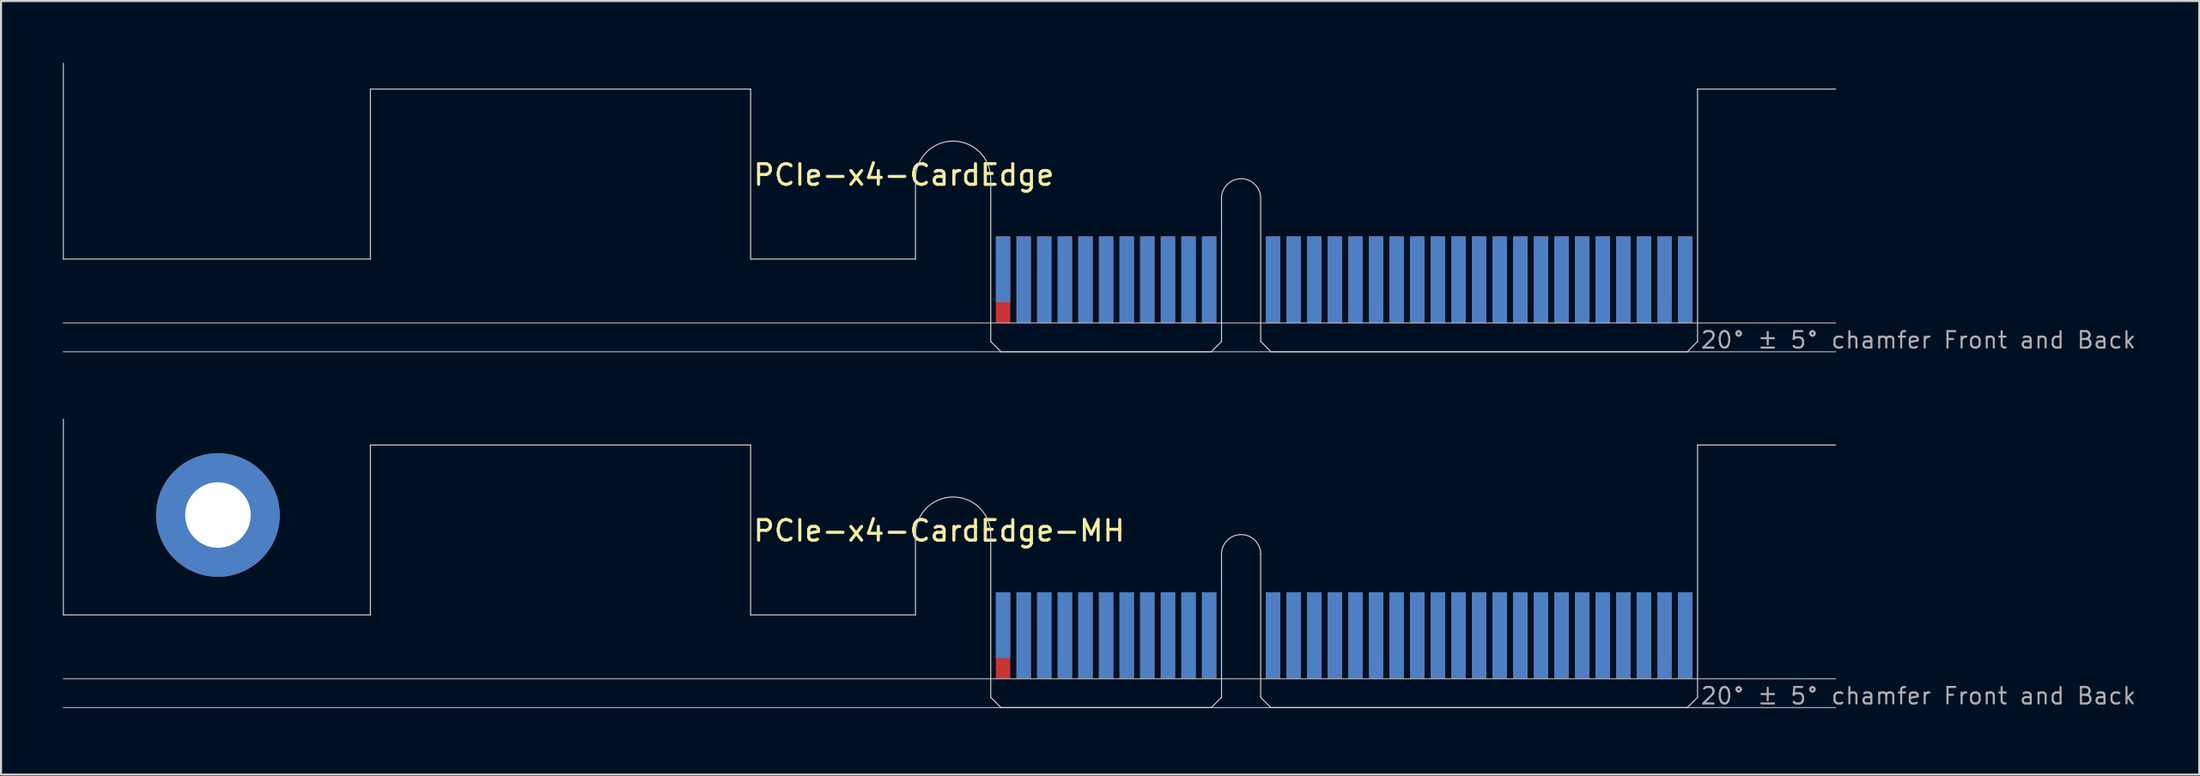
<source format=kicad_pcb>
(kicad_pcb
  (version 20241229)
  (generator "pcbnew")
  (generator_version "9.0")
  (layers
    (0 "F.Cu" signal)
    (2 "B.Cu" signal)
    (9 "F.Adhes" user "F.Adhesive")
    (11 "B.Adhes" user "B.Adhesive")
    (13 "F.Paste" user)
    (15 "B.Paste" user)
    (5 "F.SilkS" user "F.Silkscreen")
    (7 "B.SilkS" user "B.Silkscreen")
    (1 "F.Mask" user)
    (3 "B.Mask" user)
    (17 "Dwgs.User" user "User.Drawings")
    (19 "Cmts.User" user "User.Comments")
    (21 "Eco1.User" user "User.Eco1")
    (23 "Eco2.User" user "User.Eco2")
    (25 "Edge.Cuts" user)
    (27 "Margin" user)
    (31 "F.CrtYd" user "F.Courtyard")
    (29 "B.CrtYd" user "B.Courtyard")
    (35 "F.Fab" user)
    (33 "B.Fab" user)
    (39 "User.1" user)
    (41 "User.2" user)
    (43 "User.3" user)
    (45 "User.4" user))
  (footprint "PCIe-x4-CardEdge-MH"
    (layer "F.Cu")
    (at 45.025 31.3)
    (property "Reference" "PCIe-x4-CardEdge-MH" (at -11.6 -8 0) (layer "F.SilkS") (effects (font (size 1 1) (thickness 0.15)) (justify left bottom)))
    (attr exclude_from_pos_files exclude_from_bom)
    (fp_poly (pts (xy -3.65 -4.5) (xy -11.65 -4.5) (xy -11.65 -7.95) (xy -3.65 -7.95)) (stroke (width 0.1) (type solid)) (fill yes) (layer "F.Mask"))
    (fp_poly (pts (xy 11.2 -5.45) (xy 0 -5.45) (xy 0 0) (xy 11.2 0)) (stroke (width 0.1) (type solid)) (fill yes) (layer "F.Mask"))
    (fp_poly (pts (xy 34.3 -5.45) (xy 13.1 -5.45) (xy 13.1 0) (xy 34.3 0)) (stroke (width 0.1) (type solid)) (fill yes) (layer "F.Mask"))
    (fp_poly (pts (xy -3.65 -7.95) (xy -11.65 -7.95) (xy -11.65 -4.5) (xy -3.65 -4.5)) (stroke (width 0.1) (type solid)) (fill yes) (layer "B.Mask"))
    (fp_poly (pts (xy 11.2 0) (xy 0 0) (xy 0 -5.45) (xy 11.2 -5.45)) (stroke (width 0.1) (type solid)) (fill yes) (layer "B.Mask"))
    (fp_poly (pts (xy 34.3 -5.5) (xy 13.1 -5.45) (xy 13.1 0) (xy 34.3 0)) (stroke (width 0.1) (type solid)) (fill yes) (layer "B.Mask"))
    (fp_line (start -45 -4.5) (end -45 -14) (stroke (width 0.05) (type solid)) (layer "Edge.Cuts"))
    (fp_line (start -30.1 -12.75) (end -30.1 -4.5) (stroke (width 0.05) (type solid)) (layer "Edge.Cuts"))
    (fp_line (start -30.1 -4.5) (end -45 -4.5) (stroke (width 0.05) (type solid)) (layer "Edge.Cuts"))
    (fp_line (start -11.65 -12.75) (end -30.1 -12.75) (stroke (width 0.05) (type solid)) (layer "Edge.Cuts"))
    (fp_line (start -11.65 -4.5) (end -11.65 -12.75) (stroke (width 0.05) (type solid)) (layer "Edge.Cuts"))
    (fp_line (start -3.65 -4.5) (end -11.65 -4.5) (stroke (width 0.05) (type solid)) (layer "Edge.Cuts"))
    (fp_line (start -3.65 -4.5) (end -3.65 -8.4) (stroke (width 0.05) (type solid)) (layer "Edge.Cuts"))
    (fp_line (start 0 -0.5) (end 0 -8.4) (stroke (width 0.05) (type solid)) (layer "Edge.Cuts"))
    (fp_line (start 0.5 0) (end 0 -0.5) (stroke (width 0.05) (type solid)) (layer "Edge.Cuts"))
    (fp_line (start 0.5 0) (end 10.7 0) (stroke (width 0.05) (type solid)) (layer "Edge.Cuts"))
    (fp_line (start 10.7 0) (end 11.2 -0.5) (stroke (width 0.05) (type solid)) (layer "Edge.Cuts"))
    (fp_line (start 11.2 -0.5) (end 11.2 -7.45) (stroke (width 0.05) (type solid)) (layer "Edge.Cuts"))
    (fp_line (start 13.1 -0.5) (end 13.1 -7.45) (stroke (width 0.05) (type solid)) (layer "Edge.Cuts"))
    (fp_line (start 13.6 0) (end 13.1 -0.5) (stroke (width 0.05) (type solid)) (layer "Edge.Cuts"))
    (fp_line (start 33.8 0) (end 13.6 0) (stroke (width 0.05) (type solid)) (layer "Edge.Cuts"))
    (fp_line (start 33.8 0) (end 34.3 -0.5) (stroke (width 0.05) (type solid)) (layer "Edge.Cuts"))
    (fp_line (start 34.3 -12.75) (end 41 -12.75) (stroke (width 0.05) (type solid)) (layer "Edge.Cuts"))
    (fp_line (start 34.3 -0.5) (end 34.3 -12.75) (stroke (width 0.05) (type solid)) (layer "Edge.Cuts"))
    (fp_arc (start -3.65 -8.4) (mid -1.825 -10.225) (end 0 -8.4) (stroke (width 0.05) (type solid)) (layer "Edge.Cuts"))
    (fp_arc (start 11.2 -7.45) (mid 12.15 -8.4) (end 13.1 -7.45) (stroke (width 0.05) (type solid)) (layer "Edge.Cuts"))
    (fp_line (start 41 -1.4) (end -45 -1.4) (stroke (width 0.05) (type solid)) (layer "F.Fab"))
    (fp_line (start 41 0) (end -45 0) (stroke (width 0.05) (type solid)) (layer "F.Fab"))
    (fp_text user "20° ± 5° chamfer Front and Back" (at 34.4 -0.1 0) (layer "F.Fab") (effects (font (size 0.8 0.8) (thickness 0.1)) (justify left bottom)))
    (pad "A1" smd rect (at 0.6 -4) (size 0.7 3.2) (layers "B.Cu"))
    (pad "A2" smd rect (at 1.6 -3.5) (size 0.7 4.2) (layers "B.Cu"))
    (pad "A3" smd rect (at 2.6 -3.5) (size 0.7 4.2) (layers "B.Cu"))
    (pad "A4" smd rect (at 3.6 -3.5) (size 0.7 4.2) (layers "B.Cu"))
    (pad "A5" smd rect (at 4.6 -3.5) (size 0.7 4.2) (layers "B.Cu"))
    (pad "A6" smd rect (at 5.6 -3.5) (size 0.7 4.2) (layers "B.Cu"))
    (pad "A7" smd rect (at 6.6 -3.5) (size 0.7 4.2) (layers "B.Cu"))
    (pad "A8" smd rect (at 7.6 -3.5) (size 0.7 4.2) (layers "B.Cu"))
    (pad "A9" smd rect (at 8.6 -3.5) (size 0.7 4.2) (layers "B.Cu"))
    (pad "A10" smd rect (at 9.6 -3.5) (size 0.7 4.2) (layers "B.Cu"))
    (pad "A11" smd rect (at 10.6 -3.5) (size 0.7 4.2) (layers "B.Cu"))
    (pad "A12" smd rect (at 13.7 -3.5) (size 0.7 4.2) (layers "B.Cu"))
    (pad "A13" smd rect (at 14.7 -3.5) (size 0.7 4.2) (layers "B.Cu"))
    (pad "A14" smd rect (at 15.7 -3.5) (size 0.7 4.2) (layers "B.Cu"))
    (pad "A15" smd rect (at 16.7 -3.5) (size 0.7 4.2) (layers "B.Cu"))
    (pad "A16" smd rect (at 17.7 -3.5) (size 0.7 4.2) (layers "B.Cu"))
    (pad "A17" smd rect (at 18.7 -3.5) (size 0.7 4.2) (layers "B.Cu"))
    (pad "A18" smd rect (at 19.7 -3.5) (size 0.7 4.2) (layers "B.Cu"))
    (pad "A19" smd rect (at 20.7 -3.5) (size 0.7 4.2) (layers "B.Cu"))
    (pad "A20" smd rect (at 21.7 -3.5) (size 0.7 4.2) (layers "B.Cu"))
    (pad "A21" smd rect (at 22.7 -3.5) (size 0.7 4.2) (layers "B.Cu"))
    (pad "A22" smd rect (at 23.7 -3.5) (size 0.7 4.2) (layers "B.Cu"))
    (pad "A23" smd rect (at 24.7 -3.5) (size 0.7 4.2) (layers "B.Cu"))
    (pad "A24" smd rect (at 25.7 -3.5) (size 0.7 4.2) (layers "B.Cu"))
    (pad "A25" smd rect (at 26.7 -3.5) (size 0.7 4.2) (layers "B.Cu"))
    (pad "A26" smd rect (at 27.7 -3.5) (size 0.7 4.2) (layers "B.Cu"))
    (pad "A27" smd rect (at 28.7 -3.5) (size 0.7 4.2) (layers "B.Cu"))
    (pad "A28" smd rect (at 29.7 -3.5) (size 0.7 4.2) (layers "B.Cu"))
    (pad "A29" smd rect (at 30.7 -3.5) (size 0.7 4.2) (layers "B.Cu"))
    (pad "A30" smd rect (at 31.7 -3.5) (size 0.7 4.2) (layers "B.Cu"))
    (pad "A31" smd rect (at 32.7 -3.5) (size 0.7 4.2) (layers "B.Cu"))
    (pad "A32" smd rect (at 33.7 -3.5) (size 0.7 4.2) (layers "B.Cu"))
    (pad "B1" smd rect (at 0.6 -3.5) (size 0.7 4.2) (layers "F.Cu"))
    (pad "B2" smd rect (at 1.6 -3.5) (size 0.7 4.2) (layers "F.Cu"))
    (pad "B3" smd rect (at 2.6 -3.5) (size 0.7 4.2) (layers "F.Cu"))
    (pad "B4" smd rect (at 3.6 -3.5) (size 0.7 4.2) (layers "F.Cu"))
    (pad "B5" smd rect (at 4.6 -3.5) (size 0.7 4.2) (layers "F.Cu"))
    (pad "B6" smd rect (at 5.6 -3.5) (size 0.7 4.2) (layers "F.Cu"))
    (pad "B7" smd rect (at 6.6 -3.5) (size 0.7 4.2) (layers "F.Cu"))
    (pad "B8" smd rect (at 7.6 -3.5) (size 0.7 4.2) (layers "F.Cu"))
    (pad "B9" smd rect (at 8.6 -3.5) (size 0.7 4.2) (layers "F.Cu"))
    (pad "B10" smd rect (at 9.6 -3.5) (size 0.7 4.2) (layers "F.Cu"))
    (pad "B11" smd rect (at 10.6 -3.5) (size 0.7 4.2) (layers "F.Cu"))
    (pad "B12" smd rect (at 13.7 -3.5) (size 0.7 4.2) (layers "F.Cu"))
    (pad "B13" smd rect (at 14.7 -3.5) (size 0.7 4.2) (layers "F.Cu"))
    (pad "B14" smd rect (at 15.7 -3.5) (size 0.7 4.2) (layers "F.Cu"))
    (pad "B15" smd rect (at 16.7 -3.5) (size 0.7 4.2) (layers "F.Cu"))
    (pad "B16" smd rect (at 17.7 -3.5) (size 0.7 4.2) (layers "F.Cu"))
    (pad "B17" smd rect (at 18.7 -4) (size 0.7 3.2) (layers "F.Cu"))
    (pad "B18" smd rect (at 19.7 -3.5) (size 0.7 4.2) (layers "F.Cu"))
    (pad "B19" smd rect (at 20.7 -3.5) (size 0.7 4.2) (layers "F.Cu"))
    (pad "B20" smd rect (at 21.7 -3.5) (size 0.7 4.2) (layers "F.Cu"))
    (pad "B21" smd rect (at 22.7 -3.5) (size 0.7 4.2) (layers "F.Cu"))
    (pad "B22" smd rect (at 23.7 -3.5) (size 0.7 4.2) (layers "F.Cu"))
    (pad "B23" smd rect (at 24.7 -3.5) (size 0.7 4.2) (layers "F.Cu"))
    (pad "B24" smd rect (at 25.7 -3.5) (size 0.7 4.2) (layers "F.Cu"))
    (pad "B25" smd rect (at 26.7 -3.5) (size 0.7 4.2) (layers "F.Cu"))
    (pad "B26" smd rect (at 27.7 -3.5) (size 0.7 4.2) (layers "F.Cu"))
    (pad "B27" smd rect (at 28.7 -3.5) (size 0.7 4.2) (layers "F.Cu"))
    (pad "B28" smd rect (at 29.7 -3.5) (size 0.7 4.2) (layers "F.Cu"))
    (pad "B29" smd rect (at 30.7 -3.5) (size 0.7 4.2) (layers "F.Cu"))
    (pad "B30" smd rect (at 31.7 -3.5) (size 0.7 4.2) (layers "F.Cu"))
    (pad "B31" smd rect (at 32.7 -4) (size 0.7 3.2) (layers "F.Cu"))
    (pad "B32" smd rect (at 33.7 -3.5) (size 0.7 4.2) (layers "F.Cu"))
    (pad "GND" thru_hole circle (at -37.5 -9.35) (size 6 6) (drill 3.18) (layers "*.Cu" "*.Mask")))
  (footprint "PCIe-x4-CardEdge"
    (layer "F.Cu")
    (at 45.025 14.025)
    (property "Reference" "PCIe-x4-CardEdge" (at -11.6 -8 0) (layer "F.SilkS") (effects (font (size 1 1) (thickness 0.15)) (justify left bottom)))
    (attr exclude_from_pos_files exclude_from_bom)
    (fp_poly (pts (xy -3.65 -4.5) (xy -11.65 -4.5) (xy -11.65 -7.95) (xy -3.65 -7.95)) (stroke (width 0.1) (type solid)) (fill yes) (layer "F.Mask"))
    (fp_poly (pts (xy 11.2 -5.45) (xy 0 -5.45) (xy 0 0) (xy 11.2 0)) (stroke (width 0.1) (type solid)) (fill yes) (layer "F.Mask"))
    (fp_poly (pts (xy 34.3 -5.45) (xy 13.1 -5.45) (xy 13.1 0) (xy 34.3 0)) (stroke (width 0.1) (type solid)) (fill yes) (layer "F.Mask"))
    (fp_poly (pts (xy -3.65 -7.95) (xy -11.65 -7.95) (xy -11.65 -4.5) (xy -3.65 -4.5)) (stroke (width 0.1) (type solid)) (fill yes) (layer "B.Mask"))
    (fp_poly (pts (xy 11.2 0) (xy 0 0) (xy 0 -5.45) (xy 11.2 -5.45)) (stroke (width 0.1) (type solid)) (fill yes) (layer "B.Mask"))
    (fp_poly (pts (xy 34.3 -5.5) (xy 13.1 -5.45) (xy 13.1 0) (xy 34.3 0)) (stroke (width 0.1) (type solid)) (fill yes) (layer "B.Mask"))
    (fp_line (start -45 -4.5) (end -45 -14) (stroke (width 0.05) (type solid)) (layer "Edge.Cuts"))
    (fp_line (start -30.1 -12.75) (end -30.1 -4.5) (stroke (width 0.05) (type solid)) (layer "Edge.Cuts"))
    (fp_line (start -30.1 -4.5) (end -45 -4.5) (stroke (width 0.05) (type solid)) (layer "Edge.Cuts"))
    (fp_line (start -11.65 -12.75) (end -30.1 -12.75) (stroke (width 0.05) (type solid)) (layer "Edge.Cuts"))
    (fp_line (start -11.65 -4.5) (end -11.65 -12.75) (stroke (width 0.05) (type solid)) (layer "Edge.Cuts"))
    (fp_line (start -3.65 -4.5) (end -11.65 -4.5) (stroke (width 0.05) (type solid)) (layer "Edge.Cuts"))
    (fp_line (start -3.65 -4.5) (end -3.65 -8.4) (stroke (width 0.05) (type solid)) (layer "Edge.Cuts"))
    (fp_line (start 0 -0.5) (end 0 -8.4) (stroke (width 0.05) (type solid)) (layer "Edge.Cuts"))
    (fp_line (start 0.5 0) (end 0 -0.5) (stroke (width 0.05) (type solid)) (layer "Edge.Cuts"))
    (fp_line (start 0.5 0) (end 10.7 0) (stroke (width 0.05) (type solid)) (layer "Edge.Cuts"))
    (fp_line (start 10.7 0) (end 11.2 -0.5) (stroke (width 0.05) (type solid)) (layer "Edge.Cuts"))
    (fp_line (start 11.2 -0.5) (end 11.2 -7.45) (stroke (width 0.05) (type solid)) (layer "Edge.Cuts"))
    (fp_line (start 13.1 -0.5) (end 13.1 -7.45) (stroke (width 0.05) (type solid)) (layer "Edge.Cuts"))
    (fp_line (start 13.6 0) (end 13.1 -0.5) (stroke (width 0.05) (type solid)) (layer "Edge.Cuts"))
    (fp_line (start 33.8 0) (end 13.6 0) (stroke (width 0.05) (type solid)) (layer "Edge.Cuts"))
    (fp_line (start 33.8 0) (end 34.3 -0.5) (stroke (width 0.05) (type solid)) (layer "Edge.Cuts"))
    (fp_line (start 34.3 -12.75) (end 41 -12.75) (stroke (width 0.05) (type solid)) (layer "Edge.Cuts"))
    (fp_line (start 34.3 -0.5) (end 34.3 -12.75) (stroke (width 0.05) (type solid)) (layer "Edge.Cuts"))
    (fp_arc (start -3.65 -8.4) (mid -1.825 -10.225) (end 0 -8.4) (stroke (width 0.05) (type solid)) (layer "Edge.Cuts"))
    (fp_arc (start 11.2 -7.45) (mid 12.15 -8.4) (end 13.1 -7.45) (stroke (width 0.05) (type solid)) (layer "Edge.Cuts"))
    (fp_line (start 41 -1.4) (end -45 -1.4) (stroke (width 0.05) (type solid)) (layer "F.Fab"))
    (fp_line (start 41 0) (end -45 0) (stroke (width 0.05) (type solid)) (layer "F.Fab"))
    (fp_text user "20° ± 5° chamfer Front and Back" (at 34.4 -0.1 0) (layer "F.Fab") (effects (font (size 0.8 0.8) (thickness 0.1)) (justify left bottom)))
    (pad "A1" smd rect (at 0.6 -4) (size 0.7 3.2) (layers "B.Cu"))
    (pad "A2" smd rect (at 1.6 -3.5) (size 0.7 4.2) (layers "B.Cu"))
    (pad "A3" smd rect (at 2.6 -3.5) (size 0.7 4.2) (layers "B.Cu"))
    (pad "A4" smd rect (at 3.6 -3.5) (size 0.7 4.2) (layers "B.Cu"))
    (pad "A5" smd rect (at 4.6 -3.5) (size 0.7 4.2) (layers "B.Cu"))
    (pad "A6" smd rect (at 5.6 -3.5) (size 0.7 4.2) (layers "B.Cu"))
    (pad "A7" smd rect (at 6.6 -3.5) (size 0.7 4.2) (layers "B.Cu"))
    (pad "A8" smd rect (at 7.6 -3.5) (size 0.7 4.2) (layers "B.Cu"))
    (pad "A9" smd rect (at 8.6 -3.5) (size 0.7 4.2) (layers "B.Cu"))
    (pad "A10" smd rect (at 9.6 -3.5) (size 0.7 4.2) (layers "B.Cu"))
    (pad "A11" smd rect (at 10.6 -3.5) (size 0.7 4.2) (layers "B.Cu"))
    (pad "A12" smd rect (at 13.7 -3.5) (size 0.7 4.2) (layers "B.Cu"))
    (pad "A13" smd rect (at 14.7 -3.5) (size 0.7 4.2) (layers "B.Cu"))
    (pad "A14" smd rect (at 15.7 -3.5) (size 0.7 4.2) (layers "B.Cu"))
    (pad "A15" smd rect (at 16.7 -3.5) (size 0.7 4.2) (layers "B.Cu"))
    (pad "A16" smd rect (at 17.7 -3.5) (size 0.7 4.2) (layers "B.Cu"))
    (pad "A17" smd rect (at 18.7 -3.5) (size 0.7 4.2) (layers "B.Cu"))
    (pad "A18" smd rect (at 19.7 -3.5) (size 0.7 4.2) (layers "B.Cu"))
    (pad "A19" smd rect (at 20.7 -3.5) (size 0.7 4.2) (layers "B.Cu"))
    (pad "A20" smd rect (at 21.7 -3.5) (size 0.7 4.2) (layers "B.Cu"))
    (pad "A21" smd rect (at 22.7 -3.5) (size 0.7 4.2) (layers "B.Cu"))
    (pad "A22" smd rect (at 23.7 -3.5) (size 0.7 4.2) (layers "B.Cu"))
    (pad "A23" smd rect (at 24.7 -3.5) (size 0.7 4.2) (layers "B.Cu"))
    (pad "A24" smd rect (at 25.7 -3.5) (size 0.7 4.2) (layers "B.Cu"))
    (pad "A25" smd rect (at 26.7 -3.5) (size 0.7 4.2) (layers "B.Cu"))
    (pad "A26" smd rect (at 27.7 -3.5) (size 0.7 4.2) (layers "B.Cu"))
    (pad "A27" smd rect (at 28.7 -3.5) (size 0.7 4.2) (layers "B.Cu"))
    (pad "A28" smd rect (at 29.7 -3.5) (size 0.7 4.2) (layers "B.Cu"))
    (pad "A29" smd rect (at 30.7 -3.5) (size 0.7 4.2) (layers "B.Cu"))
    (pad "A30" smd rect (at 31.7 -3.5) (size 0.7 4.2) (layers "B.Cu"))
    (pad "A31" smd rect (at 32.7 -3.5) (size 0.7 4.2) (layers "B.Cu"))
    (pad "A32" smd rect (at 33.7 -3.5) (size 0.7 4.2) (layers "B.Cu"))
    (pad "B1" smd rect (at 0.6 -3.5) (size 0.7 4.2) (layers "F.Cu"))
    (pad "B2" smd rect (at 1.6 -3.5) (size 0.7 4.2) (layers "F.Cu"))
    (pad "B3" smd rect (at 2.6 -3.5) (size 0.7 4.2) (layers "F.Cu"))
    (pad "B4" smd rect (at 3.6 -3.5) (size 0.7 4.2) (layers "F.Cu"))
    (pad "B5" smd rect (at 4.6 -3.5) (size 0.7 4.2) (layers "F.Cu"))
    (pad "B6" smd rect (at 5.6 -3.5) (size 0.7 4.2) (layers "F.Cu"))
    (pad "B7" smd rect (at 6.6 -3.5) (size 0.7 4.2) (layers "F.Cu"))
    (pad "B8" smd rect (at 7.6 -3.5) (size 0.7 4.2) (layers "F.Cu"))
    (pad "B9" smd rect (at 8.6 -3.5) (size 0.7 4.2) (layers "F.Cu"))
    (pad "B10" smd rect (at 9.6 -3.5) (size 0.7 4.2) (layers "F.Cu"))
    (pad "B11" smd rect (at 10.6 -3.5) (size 0.7 4.2) (layers "F.Cu"))
    (pad "B12" smd rect (at 13.7 -3.5) (size 0.7 4.2) (layers "F.Cu"))
    (pad "B13" smd rect (at 14.7 -3.5) (size 0.7 4.2) (layers "F.Cu"))
    (pad "B14" smd rect (at 15.7 -3.5) (size 0.7 4.2) (layers "F.Cu"))
    (pad "B15" smd rect (at 16.7 -3.5) (size 0.7 4.2) (layers "F.Cu"))
    (pad "B16" smd rect (at 17.7 -3.5) (size 0.7 4.2) (layers "F.Cu"))
    (pad "B17" smd rect (at 18.7 -4) (size 0.7 3.2) (layers "F.Cu"))
    (pad "B18" smd rect (at 19.7 -3.5) (size 0.7 4.2) (layers "F.Cu"))
    (pad "B19" smd rect (at 20.7 -3.5) (size 0.7 4.2) (layers "F.Cu"))
    (pad "B20" smd rect (at 21.7 -3.5) (size 0.7 4.2) (layers "F.Cu"))
    (pad "B21" smd rect (at 22.7 -3.5) (size 0.7 4.2) (layers "F.Cu"))
    (pad "B22" smd rect (at 23.7 -3.5) (size 0.7 4.2) (layers "F.Cu"))
    (pad "B23" smd rect (at 24.7 -3.5) (size 0.7 4.2) (layers "F.Cu"))
    (pad "B24" smd rect (at 25.7 -3.5) (size 0.7 4.2) (layers "F.Cu"))
    (pad "B25" smd rect (at 26.7 -3.5) (size 0.7 4.2) (layers "F.Cu"))
    (pad "B26" smd rect (at 27.7 -3.5) (size 0.7 4.2) (layers "F.Cu"))
    (pad "B27" smd rect (at 28.7 -3.5) (size 0.7 4.2) (layers "F.Cu"))
    (pad "B28" smd rect (at 29.7 -3.5) (size 0.7 4.2) (layers "F.Cu"))
    (pad "B29" smd rect (at 30.7 -3.5) (size 0.7 4.2) (layers "F.Cu"))
    (pad "B30" smd rect (at 31.7 -3.5) (size 0.7 4.2) (layers "F.Cu"))
    (pad "B31" smd rect (at 32.7 -4) (size 0.7 3.2) (layers "F.Cu"))
    (pad "B32" smd rect (at 33.7 -3.5) (size 0.7 4.2) (layers "F.Cu")))
  (gr_rect
    (start -3 -3)
    (end 103.67 34.55)
    (stroke (width 0.1) (type default))
    (fill no)
    (layer "Edge.Cuts")))
</source>
